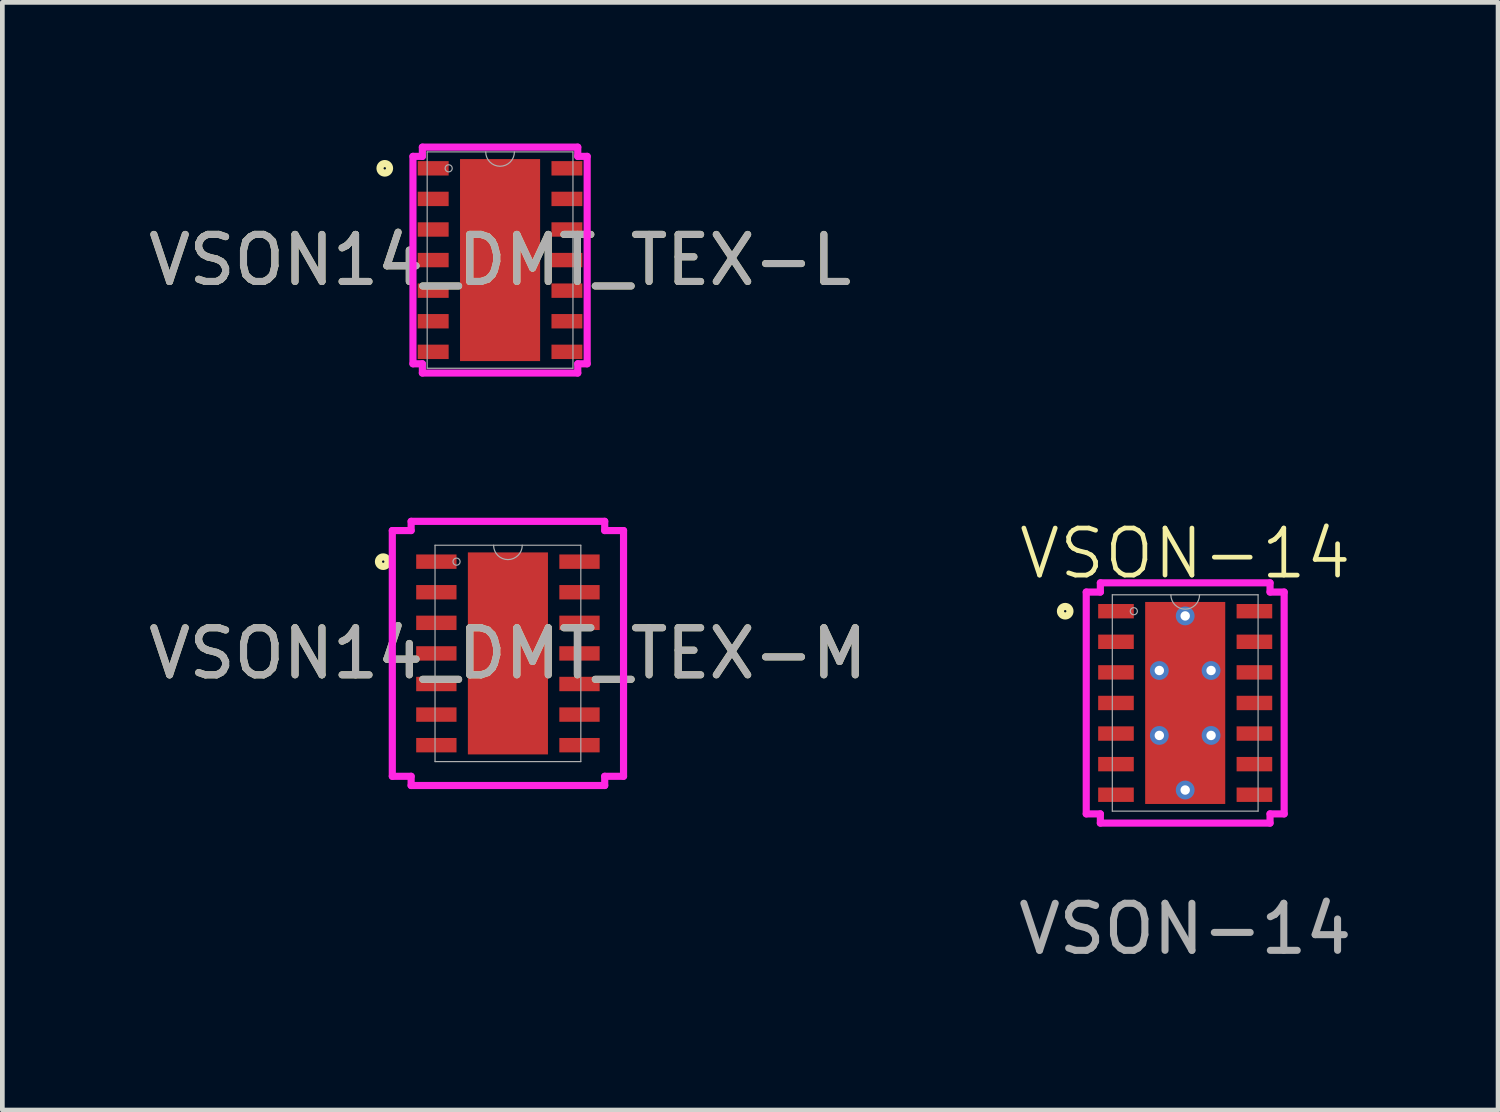
<source format=kicad_pcb>
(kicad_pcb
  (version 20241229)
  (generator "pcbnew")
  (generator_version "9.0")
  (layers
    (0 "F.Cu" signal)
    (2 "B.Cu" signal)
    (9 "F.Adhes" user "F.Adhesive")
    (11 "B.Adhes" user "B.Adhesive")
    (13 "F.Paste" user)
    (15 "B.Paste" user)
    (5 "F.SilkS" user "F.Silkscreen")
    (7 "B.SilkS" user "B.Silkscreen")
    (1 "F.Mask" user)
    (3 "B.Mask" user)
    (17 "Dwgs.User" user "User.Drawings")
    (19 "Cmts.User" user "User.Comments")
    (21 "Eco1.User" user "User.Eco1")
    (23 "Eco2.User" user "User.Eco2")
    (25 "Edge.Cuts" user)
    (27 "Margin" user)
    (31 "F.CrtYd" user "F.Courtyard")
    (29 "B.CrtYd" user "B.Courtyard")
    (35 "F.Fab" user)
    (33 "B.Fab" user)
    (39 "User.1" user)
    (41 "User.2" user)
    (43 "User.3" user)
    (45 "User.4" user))
  (footprint "VSON14_DMT_TEX-M"
    (layer "F.Cu")
    (at 7.744 10.836)
    (property "Reference" "VSON14_DMT_TEX-M" (at 0 0 0) (unlocked yes) (layer "F.SilkS") (effects (font (size 1 1) (thickness 0.15))))
    (attr smd)
    (fp_circle (center -2.65 -1.95) (end -2.549 -1.95) (stroke (width 0.152) (type solid)) (fill no) (layer "F.SilkS"))
    (fp_poly (pts (xy -0.751 -2.046) (xy -0.751 -0.815) (xy 0.751 -0.815) (xy 0.751 -2.046)) (stroke (width 0) (type solid)) (fill yes) (layer "F.Paste"))
    (fp_poly (pts (xy -0.751 -0.615) (xy -0.751 0.615) (xy 0.751 0.615) (xy 0.751 -0.615)) (stroke (width 0) (type solid)) (fill yes) (layer "F.Paste"))
    (fp_poly (pts (xy -0.751 0.815) (xy -0.751 2.046) (xy 0.751 2.046) (xy 0.751 0.815)) (stroke (width 0) (type solid)) (fill yes) (layer "F.Paste"))
    (fp_line (start -2.457 -2.611) (end -2.057 -2.611) (stroke (width 0.152) (type solid)) (layer "F.CrtYd"))
    (fp_line (start -2.457 2.611) (end -2.457 -2.611) (stroke (width 0.152) (type solid)) (layer "F.CrtYd"))
    (fp_line (start -2.457 2.611) (end -2.057 2.611) (stroke (width 0.152) (type solid)) (layer "F.CrtYd"))
    (fp_line (start -2.057 -2.807) (end 2.057 -2.807) (stroke (width 0.152) (type solid)) (layer "F.CrtYd"))
    (fp_line (start -2.057 -2.611) (end -2.057 -2.807) (stroke (width 0.152) (type solid)) (layer "F.CrtYd"))
    (fp_line (start -2.057 2.807) (end -2.057 2.611) (stroke (width 0.152) (type solid)) (layer "F.CrtYd"))
    (fp_line (start 2.057 -2.807) (end 2.057 -2.611) (stroke (width 0.152) (type solid)) (layer "F.CrtYd"))
    (fp_line (start 2.057 2.611) (end 2.057 2.807) (stroke (width 0.152) (type solid)) (layer "F.CrtYd"))
    (fp_line (start 2.057 2.807) (end -2.057 2.807) (stroke (width 0.152) (type solid)) (layer "F.CrtYd"))
    (fp_line (start 2.457 -2.611) (end 2.057 -2.611) (stroke (width 0.152) (type solid)) (layer "F.CrtYd"))
    (fp_line (start 2.457 -2.611) (end 2.457 2.611) (stroke (width 0.152) (type solid)) (layer "F.CrtYd"))
    (fp_line (start 2.457 2.611) (end 2.057 2.611) (stroke (width 0.152) (type solid)) (layer "F.CrtYd"))
    (fp_line (start -1.549 -2.299) (end -1.549 2.299) (stroke (width 0.025) (type solid)) (layer "F.Fab"))
    (fp_line (start -1.549 2.299) (end 1.549 2.299) (stroke (width 0.025) (type solid)) (layer "F.Fab"))
    (fp_line (start 1.549 -2.299) (end -1.549 -2.299) (stroke (width 0.025) (type solid)) (layer "F.Fab"))
    (fp_line (start 1.549 2.299) (end 1.549 -2.299) (stroke (width 0.025) (type solid)) (layer "F.Fab"))
    (fp_arc (start 0.3048 -2.2987) (mid 0 -1.9939) (end -0.3048 -2.2987) (stroke (width 0.0254) (type solid)) (layer "F.Fab"))
    (fp_circle (center -1.092 -1.95) (end -1.016 -1.95) (stroke (width 0.025) (type solid)) (fill no) (layer "F.Fab"))
    (fp_text user "${REFERENCE}" (at 0 0 0) (unlocked yes) (layer "F.Fab") (effects (font (size 1 1) (thickness 0.15))))
    (pad "1" smd rect (at -1.521 -1.95) (size 0.857 0.306) (layers "F.Cu" "F.Mask" "F.Paste"))
    (pad "2" smd rect (at -1.521 -1.3) (size 0.857 0.306) (layers "F.Cu" "F.Mask" "F.Paste"))
    (pad "3" smd rect (at -1.521 -0.65) (size 0.857 0.306) (layers "F.Cu" "F.Mask" "F.Paste"))
    (pad "4" smd rect (at -1.521 0) (size 0.857 0.306) (layers "F.Cu" "F.Mask" "F.Paste"))
    (pad "5" smd rect (at -1.521 0.65) (size 0.857 0.306) (layers "F.Cu" "F.Mask" "F.Paste"))
    (pad "6" smd rect (at -1.521 1.3) (size 0.857 0.306) (layers "F.Cu" "F.Mask" "F.Paste"))
    (pad "7" smd rect (at -1.521 1.95) (size 0.857 0.306) (layers "F.Cu" "F.Mask" "F.Paste"))
    (pad "8" smd rect (at 1.521 1.95) (size 0.857 0.306) (layers "F.Cu" "F.Mask" "F.Paste"))
    (pad "9" smd rect (at 1.521 1.3) (size 0.857 0.306) (layers "F.Cu" "F.Mask" "F.Paste"))
    (pad "10" smd rect (at 1.521 0.65) (size 0.857 0.306) (layers "F.Cu" "F.Mask" "F.Paste"))
    (pad "11" smd rect (at 1.521 0) (size 0.857 0.306) (layers "F.Cu" "F.Mask" "F.Paste"))
    (pad "12" smd rect (at 1.521 -0.65) (size 0.857 0.306) (layers "F.Cu" "F.Mask" "F.Paste"))
    (pad "13" smd rect (at 1.521 -1.3) (size 0.857 0.306) (layers "F.Cu" "F.Mask" "F.Paste"))
    (pad "14" smd rect (at 1.521 -1.95) (size 0.857 0.306) (layers "F.Cu" "F.Mask" "F.Paste"))
    (pad "15" smd rect (at 0 0) (size 1.702 4.293) (layers "F.Cu" "F.Mask" "F.Paste")))
  (footprint "VSON14_DMT_TEX-L"
    (layer "F.Cu")
    (at 7.577 2.477)
    (property "Reference" "VSON14_DMT_TEX-L" (at 0 0 0) (unlocked yes) (layer "F.SilkS") (effects (font (size 1 1) (thickness 0.15))))
    (attr smd)
    (fp_circle (center -2.45 -1.95) (end -2.349 -1.95) (stroke (width 0.152) (type solid)) (fill no) (layer "F.SilkS"))
    (fp_poly (pts (xy -0.751 -2.046) (xy -0.751 -0.815) (xy 0.751 -0.815) (xy 0.751 -2.046)) (stroke (width 0) (type solid)) (fill yes) (layer "F.Paste"))
    (fp_poly (pts (xy -0.751 -0.615) (xy -0.751 0.615) (xy 0.751 0.615) (xy 0.751 -0.615)) (stroke (width 0) (type solid)) (fill yes) (layer "F.Paste"))
    (fp_poly (pts (xy -0.751 0.815) (xy -0.751 2.046) (xy 0.751 2.046) (xy 0.751 0.815)) (stroke (width 0) (type solid)) (fill yes) (layer "F.Paste"))
    (fp_line (start -1.851 -2.204) (end -1.651 -2.204) (stroke (width 0.152) (type solid)) (layer "F.CrtYd"))
    (fp_line (start -1.851 2.204) (end -1.851 -2.204) (stroke (width 0.152) (type solid)) (layer "F.CrtYd"))
    (fp_line (start -1.851 2.204) (end -1.651 2.204) (stroke (width 0.152) (type solid)) (layer "F.CrtYd"))
    (fp_line (start -1.651 -2.4) (end 1.651 -2.4) (stroke (width 0.152) (type solid)) (layer "F.CrtYd"))
    (fp_line (start -1.651 -2.204) (end -1.651 -2.4) (stroke (width 0.152) (type solid)) (layer "F.CrtYd"))
    (fp_line (start -1.651 2.4) (end -1.651 2.204) (stroke (width 0.152) (type solid)) (layer "F.CrtYd"))
    (fp_line (start 1.651 -2.4) (end 1.651 -2.204) (stroke (width 0.152) (type solid)) (layer "F.CrtYd"))
    (fp_line (start 1.651 2.204) (end 1.651 2.4) (stroke (width 0.152) (type solid)) (layer "F.CrtYd"))
    (fp_line (start 1.651 2.4) (end -1.651 2.4) (stroke (width 0.152) (type solid)) (layer "F.CrtYd"))
    (fp_line (start 1.851 -2.204) (end 1.651 -2.204) (stroke (width 0.152) (type solid)) (layer "F.CrtYd"))
    (fp_line (start 1.851 -2.204) (end 1.851 2.204) (stroke (width 0.152) (type solid)) (layer "F.CrtYd"))
    (fp_line (start 1.851 2.204) (end 1.651 2.204) (stroke (width 0.152) (type solid)) (layer "F.CrtYd"))
    (fp_line (start -1.549 -2.299) (end -1.549 2.299) (stroke (width 0.025) (type solid)) (layer "F.Fab"))
    (fp_line (start -1.549 2.299) (end 1.549 2.299) (stroke (width 0.025) (type solid)) (layer "F.Fab"))
    (fp_line (start 1.549 -2.299) (end -1.549 -2.299) (stroke (width 0.025) (type solid)) (layer "F.Fab"))
    (fp_line (start 1.549 2.299) (end 1.549 -2.299) (stroke (width 0.025) (type solid)) (layer "F.Fab"))
    (fp_arc (start 0.3048 -2.2987) (mid 0 -1.9939) (end -0.3048 -2.2987) (stroke (width 0.0254) (type solid)) (layer "F.Fab"))
    (fp_circle (center -1.092 -1.95) (end -1.016 -1.95) (stroke (width 0.025) (type solid)) (fill no) (layer "F.Fab"))
    (fp_text user "${REFERENCE}" (at 0 0 0) (unlocked yes) (layer "F.Fab") (effects (font (size 1 1) (thickness 0.15))))
    (pad "1" smd rect (at -1.421 -1.95) (size 0.657 0.306) (layers "F.Cu" "F.Mask" "F.Paste"))
    (pad "2" smd rect (at -1.421 -1.3) (size 0.657 0.306) (layers "F.Cu" "F.Mask" "F.Paste"))
    (pad "3" smd rect (at -1.421 -0.65) (size 0.657 0.306) (layers "F.Cu" "F.Mask" "F.Paste"))
    (pad "4" smd rect (at -1.421 0) (size 0.657 0.306) (layers "F.Cu" "F.Mask" "F.Paste"))
    (pad "5" smd rect (at -1.421 0.65) (size 0.657 0.306) (layers "F.Cu" "F.Mask" "F.Paste"))
    (pad "6" smd rect (at -1.421 1.3) (size 0.657 0.306) (layers "F.Cu" "F.Mask" "F.Paste"))
    (pad "7" smd rect (at -1.421 1.95) (size 0.657 0.306) (layers "F.Cu" "F.Mask" "F.Paste"))
    (pad "8" smd rect (at 1.421 1.95) (size 0.657 0.306) (layers "F.Cu" "F.Mask" "F.Paste"))
    (pad "9" smd rect (at 1.421 1.3) (size 0.657 0.306) (layers "F.Cu" "F.Mask" "F.Paste"))
    (pad "10" smd rect (at 1.421 0.65) (size 0.657 0.306) (layers "F.Cu" "F.Mask" "F.Paste"))
    (pad "11" smd rect (at 1.421 0) (size 0.657 0.306) (layers "F.Cu" "F.Mask" "F.Paste"))
    (pad "12" smd rect (at 1.421 -0.65) (size 0.657 0.306) (layers "F.Cu" "F.Mask" "F.Paste"))
    (pad "13" smd rect (at 1.421 -1.3) (size 0.657 0.306) (layers "F.Cu" "F.Mask" "F.Paste"))
    (pad "14" smd rect (at 1.421 -1.95) (size 0.657 0.306) (layers "F.Cu" "F.Mask" "F.Paste"))
    (pad "15" smd rect (at 0 0) (size 1.702 4.293) (layers "F.Cu" "F.Mask" "F.Paste")))
  (footprint "VSON-14"
    (layer "F.Cu")
    (at 22.137 11.889)
    (property "Reference" "VSON-14" (at 0 -3.175 0) (unlocked yes) (layer "F.SilkS") (effects (font (size 1 1) (thickness 0.1))))
    (attr smd)
    (fp_circle (center -2.55 -1.95) (end -2.449 -1.95) (stroke (width 0.152) (type solid)) (fill no) (layer "F.SilkS"))
    (fp_poly (pts (xy -0.751 -2.046) (xy -0.751 -0.815) (xy 0.751 -0.815) (xy 0.751 -2.046)) (stroke (width 0) (type solid)) (fill yes) (layer "F.Paste"))
    (fp_poly (pts (xy -0.751 -0.615) (xy -0.751 0.615) (xy 0.751 0.615) (xy 0.751 -0.615)) (stroke (width 0) (type solid)) (fill yes) (layer "F.Paste"))
    (fp_poly (pts (xy -0.751 0.815) (xy -0.751 2.046) (xy 0.751 2.046) (xy 0.751 0.815)) (stroke (width 0) (type solid)) (fill yes) (layer "F.Paste"))
    (fp_line (start -2.103 -2.357) (end -1.803 -2.357) (stroke (width 0.152) (type solid)) (layer "F.CrtYd"))
    (fp_line (start -2.103 2.357) (end -2.103 -2.357) (stroke (width 0.152) (type solid)) (layer "F.CrtYd"))
    (fp_line (start -2.103 2.357) (end -1.803 2.357) (stroke (width 0.152) (type solid)) (layer "F.CrtYd"))
    (fp_line (start -1.803 -2.553) (end 1.803 -2.553) (stroke (width 0.152) (type solid)) (layer "F.CrtYd"))
    (fp_line (start -1.803 -2.357) (end -1.803 -2.553) (stroke (width 0.152) (type solid)) (layer "F.CrtYd"))
    (fp_line (start -1.803 2.553) (end -1.803 2.357) (stroke (width 0.152) (type solid)) (layer "F.CrtYd"))
    (fp_line (start 1.803 -2.553) (end 1.803 -2.357) (stroke (width 0.152) (type solid)) (layer "F.CrtYd"))
    (fp_line (start 1.803 2.357) (end 1.803 2.553) (stroke (width 0.152) (type solid)) (layer "F.CrtYd"))
    (fp_line (start 1.803 2.553) (end -1.803 2.553) (stroke (width 0.152) (type solid)) (layer "F.CrtYd"))
    (fp_line (start 2.103 -2.357) (end 1.803 -2.357) (stroke (width 0.152) (type solid)) (layer "F.CrtYd"))
    (fp_line (start 2.103 -2.357) (end 2.103 2.357) (stroke (width 0.152) (type solid)) (layer "F.CrtYd"))
    (fp_line (start 2.103 2.357) (end 1.803 2.357) (stroke (width 0.152) (type solid)) (layer "F.CrtYd"))
    (fp_line (start -1.549 -2.299) (end -1.549 2.299) (stroke (width 0.025) (type solid)) (layer "F.Fab"))
    (fp_line (start -1.549 2.299) (end 1.549 2.299) (stroke (width 0.025) (type solid)) (layer "F.Fab"))
    (fp_line (start 1.549 -2.299) (end -1.549 -2.299) (stroke (width 0.025) (type solid)) (layer "F.Fab"))
    (fp_line (start 1.549 2.299) (end 1.549 -2.299) (stroke (width 0.025) (type solid)) (layer "F.Fab"))
    (fp_arc (start 0.3048 -2.2987) (mid 0 -1.9939) (end -0.3048 -2.2987) (stroke (width 0.0254) (type solid)) (layer "F.Fab"))
    (fp_circle (center -1.092 -1.95) (end -1.016 -1.95) (stroke (width 0.025) (type solid)) (fill no) (layer "F.Fab"))
    (fp_text user "${REFERENCE}" (at 0 4.802 0) (unlocked yes) (layer "F.Fab") (effects (font (size 1 1) (thickness 0.15))))
    (pad "1" smd rect (at -1.471 -1.95) (size 0.757 0.306) (layers "F.Cu" "F.Mask" "F.Paste"))
    (pad "2" smd rect (at -1.471 -1.3) (size 0.757 0.306) (layers "F.Cu" "F.Mask" "F.Paste"))
    (pad "3" smd rect (at -1.471 -0.65) (size 0.757 0.306) (layers "F.Cu" "F.Mask" "F.Paste"))
    (pad "4" smd rect (at -1.471 0) (size 0.757 0.306) (layers "F.Cu" "F.Mask" "F.Paste"))
    (pad "5" smd rect (at -1.471 0.65) (size 0.757 0.306) (layers "F.Cu" "F.Mask" "F.Paste"))
    (pad "6" smd rect (at -1.471 1.3) (size 0.757 0.306) (layers "F.Cu" "F.Mask" "F.Paste"))
    (pad "7" smd rect (at -1.471 1.95) (size 0.757 0.306) (layers "F.Cu" "F.Mask" "F.Paste"))
    (pad "8" smd rect (at 1.471 1.95) (size 0.757 0.306) (layers "F.Cu" "F.Mask" "F.Paste"))
    (pad "9" smd rect (at 1.471 1.3) (size 0.757 0.306) (layers "F.Cu" "F.Mask" "F.Paste"))
    (pad "10" smd rect (at 1.471 0.65) (size 0.757 0.306) (layers "F.Cu" "F.Mask" "F.Paste"))
    (pad "11" smd rect (at 1.471 0) (size 0.757 0.306) (layers "F.Cu" "F.Mask" "F.Paste"))
    (pad "12" smd rect (at 1.471 -0.65) (size 0.757 0.306) (layers "F.Cu" "F.Mask" "F.Paste"))
    (pad "13" smd rect (at 1.471 -1.3) (size 0.757 0.306) (layers "F.Cu" "F.Mask" "F.Paste"))
    (pad "14" smd rect (at 1.471 -1.95) (size 0.757 0.306) (layers "F.Cu" "F.Mask" "F.Paste"))
    (pad "15" thru_hole circle (at -0.55 -0.69) (size 0.4 0.4) (drill 0.2) (layers "*.Cu"))
    (pad "15" thru_hole circle (at -0.55 0.69) (size 0.4 0.4) (drill 0.2) (layers "*.Cu"))
    (pad "15" thru_hole circle (at 0 -1.85) (size 0.4 0.4) (drill 0.2) (layers "*.Cu"))
    (pad "15" smd rect (at 0 0) (size 1.702 4.293) (layers "F.Cu" "F.Mask" "F.Paste"))
    (pad "15" thru_hole circle (at 0 1.85) (size 0.4 0.4) (drill 0.2) (layers "*.Cu"))
    (pad "15" thru_hole circle (at 0.55 -0.69) (size 0.4 0.4) (drill 0.2) (layers "*.Cu"))
    (pad "15" thru_hole circle (at 0.55 0.69) (size 0.4 0.4) (drill 0.2) (layers "*.Cu")))
  (gr_rect
    (start -3 -3)
    (end 28.786 20.539)
    (stroke (width 0.1) (type default))
    (fill no)
    (layer "Edge.Cuts")))
</source>
